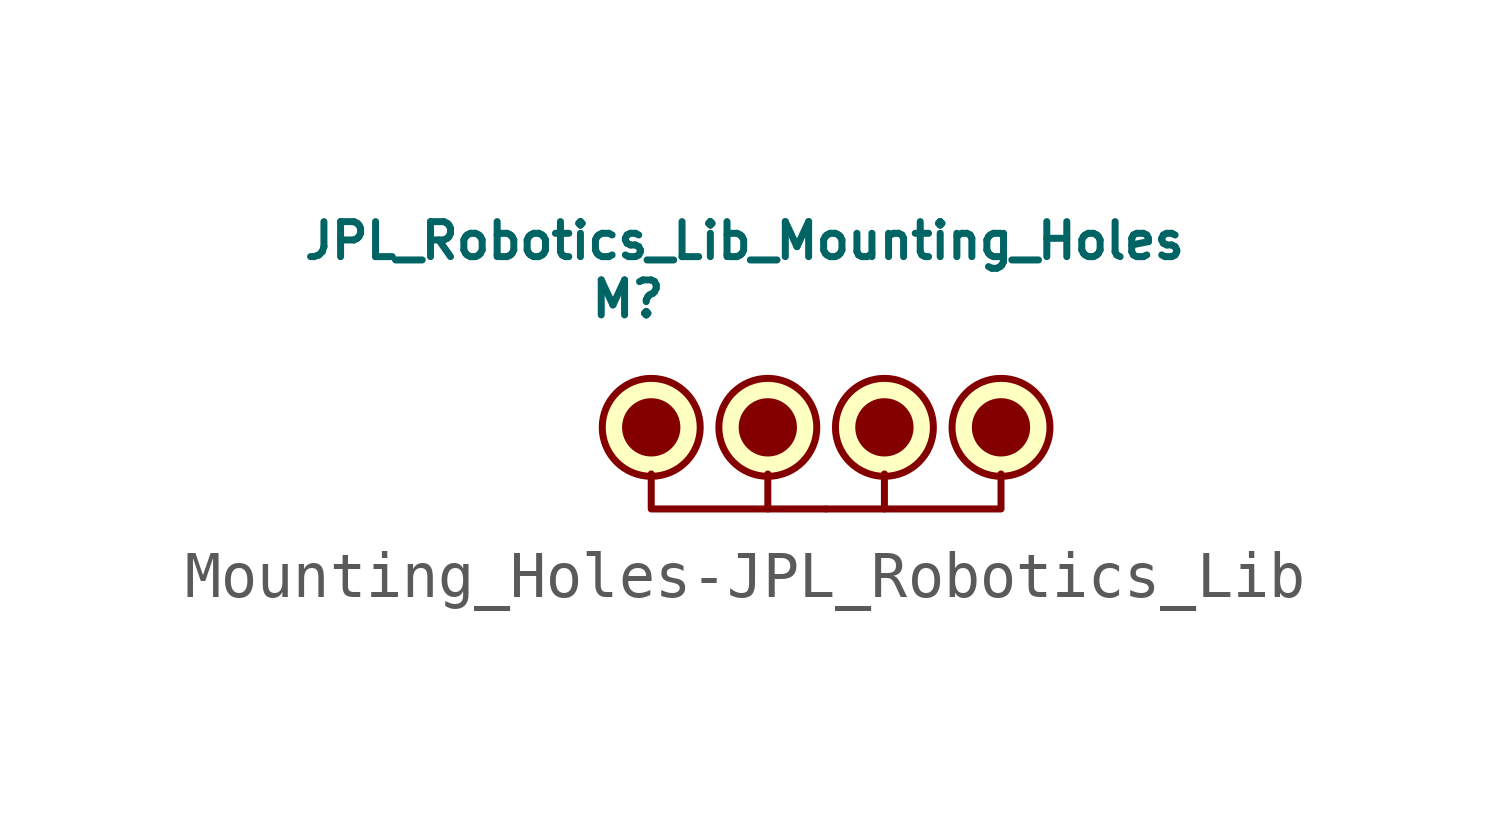
<source format=kicad_sym>
(kicad_symbol_lib
  (version 20231120)
  (generator "kicad_symbol_editor")
  (generator_version "8.0")
  (symbol "Mounting_Holes-JPL_Robotics_Lib"
    (pin_numbers hide)
    (pin_names
      (offset 1.016) hide)
    (property "Reference" "M"
      (at 4.572 4.572 0)
      (effects (font (size 0.762 0.762))))
    (property "Value" "JPL_Robotics_Lib_Mounting_Holes"
      (at 7.112 5.842 0)
      (effects (font (size 0.762 0.762))))
    (symbol "Mounting_Holes-JPL_Robotics_Lib_0_1"
      (polyline (pts (xy 10.16 0) (xy 10.16 0.762)) (stroke (width 0) (type solid)) (fill (type none)))
      (polyline (pts (xy 7.62 0) (xy 5.08 0) (xy 5.08 0.762)) (stroke (width 0) (type solid)) (fill (type none)))
      (polyline (pts (xy 8.89 0) (xy 7.62 0) (xy 7.62 0.762)) (stroke (width 0) (type solid)) (fill (type none)))
      (polyline (pts (xy 8.89 0) (xy 12.7 0) (xy 12.7 0.762)) (stroke (width 0) (type solid)) (fill (type none)))
      (circle (center 10.16 1.778) (radius 0.559) (stroke (width 0) (type solid)) (fill (type outline)))
      (circle (center 10.16 1.778) (radius 1.067) (stroke (width 0) (type solid)) (fill (type background))))
    (symbol "Mounting_Holes-JPL_Robotics_Lib_1_1"
      (circle (center 5.08 1.778) (radius 0.559) (stroke (width 0) (type solid)) (fill (type outline)))
      (circle (center 5.08 1.778) (radius 1.067) (stroke (width 0) (type solid)) (fill (type background)))
      (circle (center 7.62 1.778) (radius 0.559) (stroke (width 0) (type solid)) (fill (type outline)))
      (circle (center 7.62 1.778) (radius 1.067) (stroke (width 0) (type solid)) (fill (type background)))
      (circle (center 12.7 1.778) (radius 0.559) (stroke (width 0) (type solid)) (fill (type outline)))
      (circle (center 12.7 1.778) (radius 1.067) (stroke (width 0) (type solid)) (fill (type background))))))
</source>
